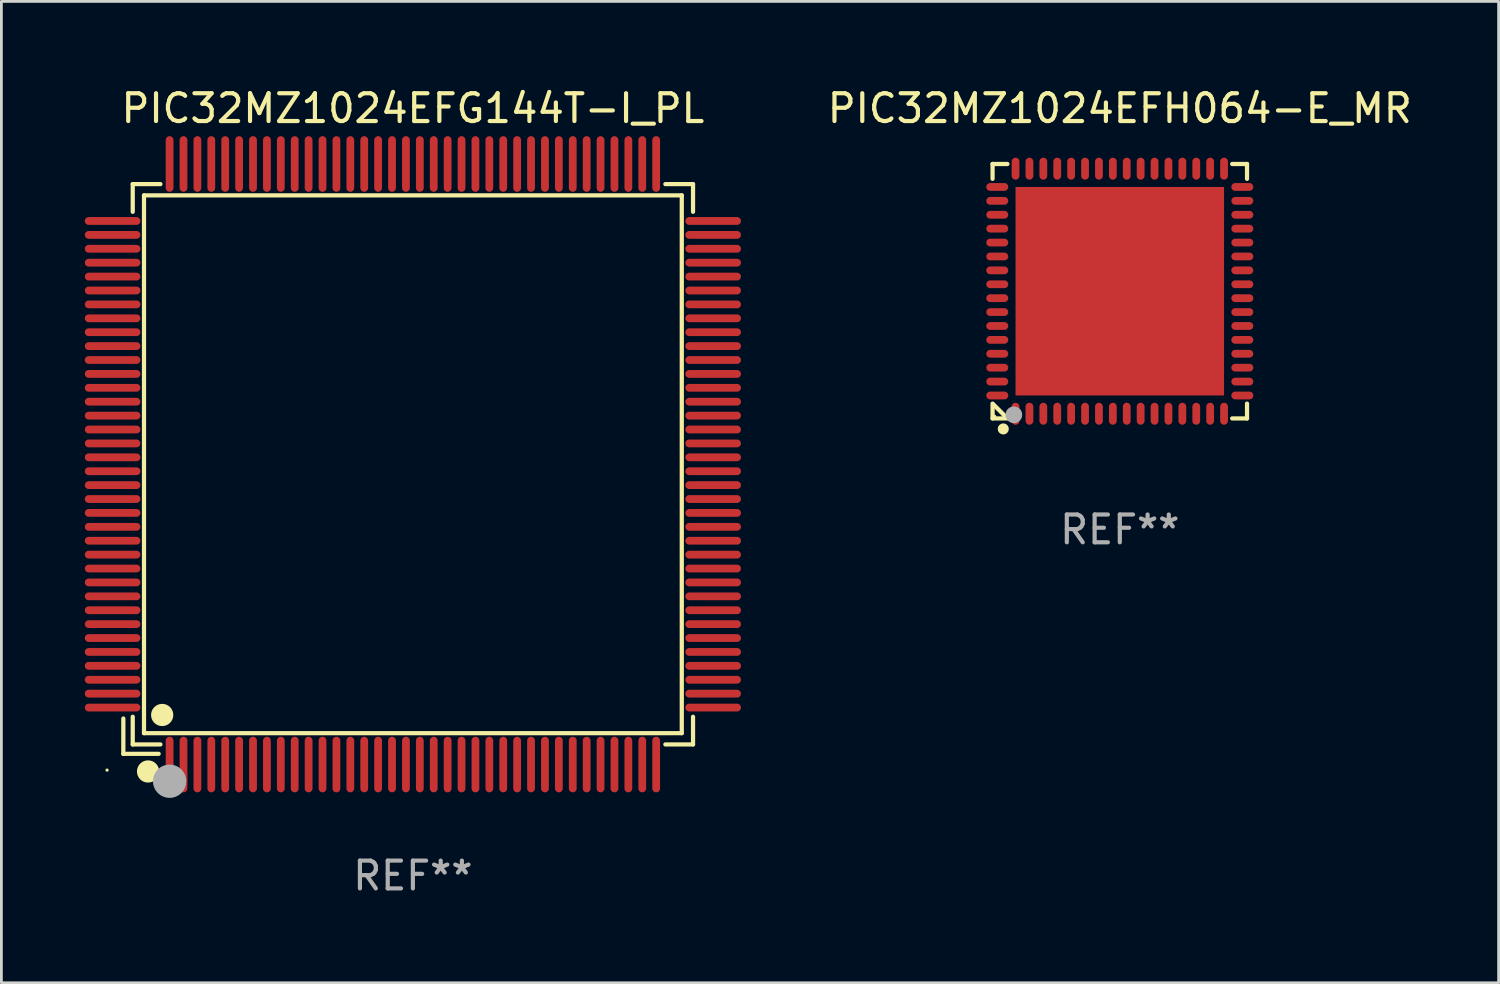
<source format=kicad_pcb>
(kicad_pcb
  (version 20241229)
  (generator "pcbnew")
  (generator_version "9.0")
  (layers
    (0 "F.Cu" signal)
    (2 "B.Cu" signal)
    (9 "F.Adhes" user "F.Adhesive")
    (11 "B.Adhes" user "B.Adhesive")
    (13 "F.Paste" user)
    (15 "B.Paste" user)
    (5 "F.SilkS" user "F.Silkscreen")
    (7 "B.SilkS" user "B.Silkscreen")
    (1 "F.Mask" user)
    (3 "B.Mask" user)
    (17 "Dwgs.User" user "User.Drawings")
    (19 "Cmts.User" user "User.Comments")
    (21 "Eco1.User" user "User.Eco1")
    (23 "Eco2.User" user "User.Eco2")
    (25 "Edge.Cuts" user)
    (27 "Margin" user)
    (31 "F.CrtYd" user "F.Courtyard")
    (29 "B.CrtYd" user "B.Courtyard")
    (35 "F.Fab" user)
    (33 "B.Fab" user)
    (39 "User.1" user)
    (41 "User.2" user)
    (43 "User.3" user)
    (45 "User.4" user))
  (footprint "PIC32MZ1024EFG144T-I_PL"
    (layer "F.Cu")
    (at 11.8 13.648)
    (property "Reference" "PIC32MZ1024EFG144T-I_PL" (at 0 -12.8 0) (layer "F.SilkS") (effects (font (size 1 1) (thickness 0.15))))
    (attr through_hole)
    (fp_line (start -10.414 9.144) (end -10.414 10.414) (stroke (width 0.152) (type solid)) (layer "F.SilkS"))
    (fp_line (start -10.414 10.414) (end -9.144 10.414) (stroke (width 0.152) (type solid)) (layer "F.SilkS"))
    (fp_line (start -10.076 -10.076) (end -9.08 -10.076) (stroke (width 0.152) (type solid)) (layer "F.SilkS"))
    (fp_line (start -10.076 -9.08) (end -10.076 -10.076) (stroke (width 0.152) (type solid)) (layer "F.SilkS"))
    (fp_line (start -10.076 9.081) (end -10.076 10.076) (stroke (width 0.152) (type solid)) (layer "F.SilkS"))
    (fp_line (start -10.076 10.076) (end -9.08 10.076) (stroke (width 0.152) (type solid)) (layer "F.SilkS"))
    (fp_line (start -9.671 -9.671) (end 9.671 -9.671) (stroke (width 0.152) (type solid)) (layer "F.SilkS"))
    (fp_line (start -9.671 9.671) (end -9.671 -9.671) (stroke (width 0.152) (type solid)) (layer "F.SilkS"))
    (fp_line (start 9.671 -9.671) (end 9.671 9.671) (stroke (width 0.152) (type solid)) (layer "F.SilkS"))
    (fp_line (start 9.671 9.671) (end -9.671 9.671) (stroke (width 0.152) (type solid)) (layer "F.SilkS"))
    (fp_line (start 10.076 -10.076) (end 9.081 -10.076) (stroke (width 0.152) (type solid)) (layer "F.SilkS"))
    (fp_line (start 10.076 -9.08) (end 10.076 -10.076) (stroke (width 0.152) (type solid)) (layer "F.SilkS"))
    (fp_line (start 10.076 9.081) (end 10.076 10.076) (stroke (width 0.152) (type solid)) (layer "F.SilkS"))
    (fp_line (start 10.076 10.076) (end 9.081 10.076) (stroke (width 0.152) (type solid)) (layer "F.SilkS"))
    (fp_circle (center -11 11) (end -10.97 11) (stroke (width 0.06) (type solid)) (fill no) (layer "F.SilkS"))
    (fp_circle (center -9.525 11.049) (end -9.325 11.049) (stroke (width 0.4) (type solid)) (fill no) (layer "F.SilkS"))
    (fp_circle (center -9.017 9.017) (end -8.817 9.017) (stroke (width 0.4) (type solid)) (fill no) (layer "F.SilkS"))
    (fp_circle (center -8.75 11.4) (end -8.45 11.4) (stroke (width 0.6) (type solid)) (fill no) (layer "F.Fab"))
    (fp_text user "REF**" (at 0 14.8 0) (layer "F.Fab") (effects (font (size 1 1) (thickness 0.15))))
    (pad "1" smd oval (at -8.75 10.8) (size 0.28 2) (layers "F.Cu" "F.Mask" "F.Paste"))
    (pad "2" smd oval (at -8.25 10.8) (size 0.28 2) (layers "F.Cu" "F.Mask" "F.Paste"))
    (pad "3" smd oval (at -7.75 10.8) (size 0.28 2) (layers "F.Cu" "F.Mask" "F.Paste"))
    (pad "4" smd oval (at -7.25 10.8) (size 0.28 2) (layers "F.Cu" "F.Mask" "F.Paste"))
    (pad "5" smd oval (at -6.75 10.8) (size 0.28 2) (layers "F.Cu" "F.Mask" "F.Paste"))
    (pad "6" smd oval (at -6.25 10.8) (size 0.28 2) (layers "F.Cu" "F.Mask" "F.Paste"))
    (pad "7" smd oval (at -5.75 10.8) (size 0.28 2) (layers "F.Cu" "F.Mask" "F.Paste"))
    (pad "8" smd oval (at -5.25 10.8) (size 0.28 2) (layers "F.Cu" "F.Mask" "F.Paste"))
    (pad "9" smd oval (at -4.75 10.8) (size 0.28 2) (layers "F.Cu" "F.Mask" "F.Paste"))
    (pad "10" smd oval (at -4.25 10.8) (size 0.28 2) (layers "F.Cu" "F.Mask" "F.Paste"))
    (pad "11" smd oval (at -3.75 10.8) (size 0.28 2) (layers "F.Cu" "F.Mask" "F.Paste"))
    (pad "12" smd oval (at -3.25 10.8) (size 0.28 2) (layers "F.Cu" "F.Mask" "F.Paste"))
    (pad "13" smd oval (at -2.75 10.8) (size 0.28 2) (layers "F.Cu" "F.Mask" "F.Paste"))
    (pad "14" smd oval (at -2.25 10.8) (size 0.28 2) (layers "F.Cu" "F.Mask" "F.Paste"))
    (pad "15" smd oval (at -1.75 10.8) (size 0.28 2) (layers "F.Cu" "F.Mask" "F.Paste"))
    (pad "16" smd oval (at -1.25 10.8) (size 0.28 2) (layers "F.Cu" "F.Mask" "F.Paste"))
    (pad "17" smd oval (at -0.75 10.8) (size 0.28 2) (layers "F.Cu" "F.Mask" "F.Paste"))
    (pad "18" smd oval (at -0.25 10.8) (size 0.28 2) (layers "F.Cu" "F.Mask" "F.Paste"))
    (pad "19" smd oval (at 0.25 10.8) (size 0.28 2) (layers "F.Cu" "F.Mask" "F.Paste"))
    (pad "20" smd oval (at 0.75 10.8) (size 0.28 2) (layers "F.Cu" "F.Mask" "F.Paste"))
    (pad "21" smd oval (at 1.25 10.8) (size 0.28 2) (layers "F.Cu" "F.Mask" "F.Paste"))
    (pad "22" smd oval (at 1.75 10.8) (size 0.28 2) (layers "F.Cu" "F.Mask" "F.Paste"))
    (pad "23" smd oval (at 2.25 10.8) (size 0.28 2) (layers "F.Cu" "F.Mask" "F.Paste"))
    (pad "24" smd oval (at 2.75 10.8) (size 0.28 2) (layers "F.Cu" "F.Mask" "F.Paste"))
    (pad "25" smd oval (at 3.25 10.8) (size 0.28 2) (layers "F.Cu" "F.Mask" "F.Paste"))
    (pad "26" smd oval (at 3.75 10.8) (size 0.28 2) (layers "F.Cu" "F.Mask" "F.Paste"))
    (pad "27" smd oval (at 4.25 10.8) (size 0.28 2) (layers "F.Cu" "F.Mask" "F.Paste"))
    (pad "28" smd oval (at 4.75 10.8) (size 0.28 2) (layers "F.Cu" "F.Mask" "F.Paste"))
    (pad "29" smd oval (at 5.25 10.8) (size 0.28 2) (layers "F.Cu" "F.Mask" "F.Paste"))
    (pad "30" smd oval (at 5.75 10.8) (size 0.28 2) (layers "F.Cu" "F.Mask" "F.Paste"))
    (pad "31" smd oval (at 6.25 10.8) (size 0.28 2) (layers "F.Cu" "F.Mask" "F.Paste"))
    (pad "32" smd oval (at 6.75 10.8) (size 0.28 2) (layers "F.Cu" "F.Mask" "F.Paste"))
    (pad "33" smd oval (at 7.25 10.8) (size 0.28 2) (layers "F.Cu" "F.Mask" "F.Paste"))
    (pad "34" smd oval (at 7.75 10.8) (size 0.28 2) (layers "F.Cu" "F.Mask" "F.Paste"))
    (pad "35" smd oval (at 8.25 10.8) (size 0.28 2) (layers "F.Cu" "F.Mask" "F.Paste"))
    (pad "36" smd oval (at 8.75 10.8) (size 0.28 2) (layers "F.Cu" "F.Mask" "F.Paste"))
    (pad "37" smd oval (at 10.8 8.75) (size 2 0.28) (layers "F.Cu" "F.Mask" "F.Paste"))
    (pad "38" smd oval (at 10.8 8.25) (size 2 0.28) (layers "F.Cu" "F.Mask" "F.Paste"))
    (pad "39" smd oval (at 10.8 7.75) (size 2 0.28) (layers "F.Cu" "F.Mask" "F.Paste"))
    (pad "40" smd oval (at 10.8 7.25) (size 2 0.28) (layers "F.Cu" "F.Mask" "F.Paste"))
    (pad "41" smd oval (at 10.8 6.75) (size 2 0.28) (layers "F.Cu" "F.Mask" "F.Paste"))
    (pad "42" smd oval (at 10.8 6.25) (size 2 0.28) (layers "F.Cu" "F.Mask" "F.Paste"))
    (pad "43" smd oval (at 10.8 5.75) (size 2 0.28) (layers "F.Cu" "F.Mask" "F.Paste"))
    (pad "44" smd oval (at 10.8 5.25) (size 2 0.28) (layers "F.Cu" "F.Mask" "F.Paste"))
    (pad "45" smd oval (at 10.8 4.75) (size 2 0.28) (layers "F.Cu" "F.Mask" "F.Paste"))
    (pad "46" smd oval (at 10.8 4.25) (size 2 0.28) (layers "F.Cu" "F.Mask" "F.Paste"))
    (pad "47" smd oval (at 10.8 3.75) (size 2 0.28) (layers "F.Cu" "F.Mask" "F.Paste"))
    (pad "48" smd oval (at 10.8 3.25) (size 2 0.28) (layers "F.Cu" "F.Mask" "F.Paste"))
    (pad "49" smd oval (at 10.8 2.75) (size 2 0.28) (layers "F.Cu" "F.Mask" "F.Paste"))
    (pad "50" smd oval (at 10.8 2.25) (size 2 0.28) (layers "F.Cu" "F.Mask" "F.Paste"))
    (pad "51" smd oval (at 10.8 1.75) (size 2 0.28) (layers "F.Cu" "F.Mask" "F.Paste"))
    (pad "52" smd oval (at 10.8 1.25) (size 2 0.28) (layers "F.Cu" "F.Mask" "F.Paste"))
    (pad "53" smd oval (at 10.8 0.75) (size 2 0.28) (layers "F.Cu" "F.Mask" "F.Paste"))
    (pad "54" smd oval (at 10.8 0.25) (size 2 0.28) (layers "F.Cu" "F.Mask" "F.Paste"))
    (pad "55" smd oval (at 10.8 -0.25) (size 2 0.28) (layers "F.Cu" "F.Mask" "F.Paste"))
    (pad "56" smd oval (at 10.8 -0.75) (size 2 0.28) (layers "F.Cu" "F.Mask" "F.Paste"))
    (pad "57" smd oval (at 10.8 -1.25) (size 2 0.28) (layers "F.Cu" "F.Mask" "F.Paste"))
    (pad "58" smd oval (at 10.8 -1.75) (size 2 0.28) (layers "F.Cu" "F.Mask" "F.Paste"))
    (pad "59" smd oval (at 10.8 -2.25) (size 2 0.28) (layers "F.Cu" "F.Mask" "F.Paste"))
    (pad "60" smd oval (at 10.8 -2.75) (size 2 0.28) (layers "F.Cu" "F.Mask" "F.Paste"))
    (pad "61" smd oval (at 10.8 -3.25) (size 2 0.28) (layers "F.Cu" "F.Mask" "F.Paste"))
    (pad "62" smd oval (at 10.8 -3.75) (size 2 0.28) (layers "F.Cu" "F.Mask" "F.Paste"))
    (pad "63" smd oval (at 10.8 -4.25) (size 2 0.28) (layers "F.Cu" "F.Mask" "F.Paste"))
    (pad "64" smd oval (at 10.8 -4.75) (size 2 0.28) (layers "F.Cu" "F.Mask" "F.Paste"))
    (pad "65" smd oval (at 10.8 -5.25) (size 2 0.28) (layers "F.Cu" "F.Mask" "F.Paste"))
    (pad "66" smd oval (at 10.8 -5.75) (size 2 0.28) (layers "F.Cu" "F.Mask" "F.Paste"))
    (pad "67" smd oval (at 10.8 -6.25) (size 2 0.28) (layers "F.Cu" "F.Mask" "F.Paste"))
    (pad "68" smd oval (at 10.8 -6.75) (size 2 0.28) (layers "F.Cu" "F.Mask" "F.Paste"))
    (pad "69" smd oval (at 10.8 -7.25) (size 2 0.28) (layers "F.Cu" "F.Mask" "F.Paste"))
    (pad "70" smd oval (at 10.8 -7.75) (size 2 0.28) (layers "F.Cu" "F.Mask" "F.Paste"))
    (pad "71" smd oval (at 10.8 -8.25) (size 2 0.28) (layers "F.Cu" "F.Mask" "F.Paste"))
    (pad "72" smd oval (at 10.8 -8.75) (size 2 0.28) (layers "F.Cu" "F.Mask" "F.Paste"))
    (pad "73" smd oval (at 8.75 -10.8) (size 0.28 2) (layers "F.Cu" "F.Mask" "F.Paste"))
    (pad "74" smd oval (at 8.25 -10.8) (size 0.28 2) (layers "F.Cu" "F.Mask" "F.Paste"))
    (pad "75" smd oval (at 7.75 -10.8) (size 0.28 2) (layers "F.Cu" "F.Mask" "F.Paste"))
    (pad "76" smd oval (at 7.25 -10.8) (size 0.28 2) (layers "F.Cu" "F.Mask" "F.Paste"))
    (pad "77" smd oval (at 6.75 -10.8) (size 0.28 2) (layers "F.Cu" "F.Mask" "F.Paste"))
    (pad "78" smd oval (at 6.25 -10.8) (size 0.28 2) (layers "F.Cu" "F.Mask" "F.Paste"))
    (pad "79" smd oval (at 5.75 -10.8) (size 0.28 2) (layers "F.Cu" "F.Mask" "F.Paste"))
    (pad "80" smd oval (at 5.25 -10.8) (size 0.28 2) (layers "F.Cu" "F.Mask" "F.Paste"))
    (pad "81" smd oval (at 4.75 -10.8) (size 0.28 2) (layers "F.Cu" "F.Mask" "F.Paste"))
    (pad "82" smd oval (at 4.25 -10.8) (size 0.28 2) (layers "F.Cu" "F.Mask" "F.Paste"))
    (pad "83" smd oval (at 3.75 -10.8) (size 0.28 2) (layers "F.Cu" "F.Mask" "F.Paste"))
    (pad "84" smd oval (at 3.25 -10.8) (size 0.28 2) (layers "F.Cu" "F.Mask" "F.Paste"))
    (pad "85" smd oval (at 2.75 -10.8) (size 0.28 2) (layers "F.Cu" "F.Mask" "F.Paste"))
    (pad "86" smd oval (at 2.25 -10.8) (size 0.28 2) (layers "F.Cu" "F.Mask" "F.Paste"))
    (pad "87" smd oval (at 1.75 -10.8) (size 0.28 2) (layers "F.Cu" "F.Mask" "F.Paste"))
    (pad "88" smd oval (at 1.25 -10.8) (size 0.28 2) (layers "F.Cu" "F.Mask" "F.Paste"))
    (pad "89" smd oval (at 0.75 -10.8) (size 0.28 2) (layers "F.Cu" "F.Mask" "F.Paste"))
    (pad "90" smd oval (at 0.25 -10.8) (size 0.28 2) (layers "F.Cu" "F.Mask" "F.Paste"))
    (pad "91" smd oval (at -0.25 -10.8) (size 0.28 2) (layers "F.Cu" "F.Mask" "F.Paste"))
    (pad "92" smd oval (at -0.75 -10.8) (size 0.28 2) (layers "F.Cu" "F.Mask" "F.Paste"))
    (pad "93" smd oval (at -1.25 -10.8) (size 0.28 2) (layers "F.Cu" "F.Mask" "F.Paste"))
    (pad "94" smd oval (at -1.75 -10.8) (size 0.28 2) (layers "F.Cu" "F.Mask" "F.Paste"))
    (pad "95" smd oval (at -2.25 -10.8) (size 0.28 2) (layers "F.Cu" "F.Mask" "F.Paste"))
    (pad "96" smd oval (at -2.75 -10.8) (size 0.28 2) (layers "F.Cu" "F.Mask" "F.Paste"))
    (pad "97" smd oval (at -3.25 -10.8) (size 0.28 2) (layers "F.Cu" "F.Mask" "F.Paste"))
    (pad "98" smd oval (at -3.75 -10.8) (size 0.28 2) (layers "F.Cu" "F.Mask" "F.Paste"))
    (pad "99" smd oval (at -4.25 -10.8) (size 0.28 2) (layers "F.Cu" "F.Mask" "F.Paste"))
    (pad "100" smd oval (at -4.75 -10.8) (size 0.28 2) (layers "F.Cu" "F.Mask" "F.Paste"))
    (pad "101" smd oval (at -5.25 -10.8) (size 0.28 2) (layers "F.Cu" "F.Mask" "F.Paste"))
    (pad "102" smd oval (at -5.75 -10.8) (size 0.28 2) (layers "F.Cu" "F.Mask" "F.Paste"))
    (pad "103" smd oval (at -6.25 -10.8) (size 0.28 2) (layers "F.Cu" "F.Mask" "F.Paste"))
    (pad "104" smd oval (at -6.75 -10.8) (size 0.28 2) (layers "F.Cu" "F.Mask" "F.Paste"))
    (pad "105" smd oval (at -7.25 -10.8) (size 0.28 2) (layers "F.Cu" "F.Mask" "F.Paste"))
    (pad "106" smd oval (at -7.75 -10.8) (size 0.28 2) (layers "F.Cu" "F.Mask" "F.Paste"))
    (pad "107" smd oval (at -8.25 -10.8) (size 0.28 2) (layers "F.Cu" "F.Mask" "F.Paste"))
    (pad "108" smd oval (at -8.75 -10.8) (size 0.28 2) (layers "F.Cu" "F.Mask" "F.Paste"))
    (pad "109" smd oval (at -10.8 -8.75) (size 2 0.28) (layers "F.Cu" "F.Mask" "F.Paste"))
    (pad "110" smd oval (at -10.8 -8.25) (size 2 0.28) (layers "F.Cu" "F.Mask" "F.Paste"))
    (pad "111" smd oval (at -10.8 -7.75) (size 2 0.28) (layers "F.Cu" "F.Mask" "F.Paste"))
    (pad "112" smd oval (at -10.8 -7.25) (size 2 0.28) (layers "F.Cu" "F.Mask" "F.Paste"))
    (pad "113" smd oval (at -10.8 -6.75) (size 2 0.28) (layers "F.Cu" "F.Mask" "F.Paste"))
    (pad "114" smd oval (at -10.8 -6.25) (size 2 0.28) (layers "F.Cu" "F.Mask" "F.Paste"))
    (pad "115" smd oval (at -10.8 -5.75) (size 2 0.28) (layers "F.Cu" "F.Mask" "F.Paste"))
    (pad "116" smd oval (at -10.8 -5.25) (size 2 0.28) (layers "F.Cu" "F.Mask" "F.Paste"))
    (pad "117" smd oval (at -10.8 -4.75) (size 2 0.28) (layers "F.Cu" "F.Mask" "F.Paste"))
    (pad "118" smd oval (at -10.8 -4.25) (size 2 0.28) (layers "F.Cu" "F.Mask" "F.Paste"))
    (pad "119" smd oval (at -10.8 -3.75) (size 2 0.28) (layers "F.Cu" "F.Mask" "F.Paste"))
    (pad "120" smd oval (at -10.8 -3.25) (size 2 0.28) (layers "F.Cu" "F.Mask" "F.Paste"))
    (pad "121" smd oval (at -10.8 -2.75) (size 2 0.28) (layers "F.Cu" "F.Mask" "F.Paste"))
    (pad "122" smd oval (at -10.8 -2.25) (size 2 0.28) (layers "F.Cu" "F.Mask" "F.Paste"))
    (pad "123" smd oval (at -10.8 -1.75) (size 2 0.28) (layers "F.Cu" "F.Mask" "F.Paste"))
    (pad "124" smd oval (at -10.8 -1.25) (size 2 0.28) (layers "F.Cu" "F.Mask" "F.Paste"))
    (pad "125" smd oval (at -10.8 -0.75) (size 2 0.28) (layers "F.Cu" "F.Mask" "F.Paste"))
    (pad "126" smd oval (at -10.8 -0.25) (size 2 0.28) (layers "F.Cu" "F.Mask" "F.Paste"))
    (pad "127" smd oval (at -10.8 0.25) (size 2 0.28) (layers "F.Cu" "F.Mask" "F.Paste"))
    (pad "128" smd oval (at -10.8 0.75) (size 2 0.28) (layers "F.Cu" "F.Mask" "F.Paste"))
    (pad "129" smd oval (at -10.8 1.25) (size 2 0.28) (layers "F.Cu" "F.Mask" "F.Paste"))
    (pad "130" smd oval (at -10.8 1.75) (size 2 0.28) (layers "F.Cu" "F.Mask" "F.Paste"))
    (pad "131" smd oval (at -10.8 2.25) (size 2 0.28) (layers "F.Cu" "F.Mask" "F.Paste"))
    (pad "132" smd oval (at -10.8 2.75) (size 2 0.28) (layers "F.Cu" "F.Mask" "F.Paste"))
    (pad "133" smd oval (at -10.8 3.25) (size 2 0.28) (layers "F.Cu" "F.Mask" "F.Paste"))
    (pad "134" smd oval (at -10.8 3.75) (size 2 0.28) (layers "F.Cu" "F.Mask" "F.Paste"))
    (pad "135" smd oval (at -10.8 4.25) (size 2 0.28) (layers "F.Cu" "F.Mask" "F.Paste"))
    (pad "136" smd oval (at -10.8 4.75) (size 2 0.28) (layers "F.Cu" "F.Mask" "F.Paste"))
    (pad "137" smd oval (at -10.8 5.25) (size 2 0.28) (layers "F.Cu" "F.Mask" "F.Paste"))
    (pad "138" smd oval (at -10.8 5.75) (size 2 0.28) (layers "F.Cu" "F.Mask" "F.Paste"))
    (pad "139" smd oval (at -10.8 6.25) (size 2 0.28) (layers "F.Cu" "F.Mask" "F.Paste"))
    (pad "140" smd oval (at -10.8 6.75) (size 2 0.28) (layers "F.Cu" "F.Mask" "F.Paste"))
    (pad "141" smd oval (at -10.8 7.25) (size 2 0.28) (layers "F.Cu" "F.Mask" "F.Paste"))
    (pad "142" smd oval (at -10.8 7.75) (size 2 0.28) (layers "F.Cu" "F.Mask" "F.Paste"))
    (pad "143" smd oval (at -10.8 8.25) (size 2 0.28) (layers "F.Cu" "F.Mask" "F.Paste"))
    (pad "144" smd oval (at -10.8 8.75) (size 2 0.28) (layers "F.Cu" "F.Mask" "F.Paste")))
  (footprint "PIC32MZ1024EFH064-E_MR"
    (layer "F.Cu")
    (at 37.225 7.424)
    (property "Reference" "PIC32MZ1024EFH064-E_MR" (at 0 -6.576 0) (layer "F.SilkS") (effects (font (size 1 1) (thickness 0.15))))
    (attr through_hole)
    (fp_line (start -4.576 -4.576) (end -4.576 -4.042) (stroke (width 0.152) (type solid)) (layer "F.SilkS"))
    (fp_line (start -4.576 4.576) (end -4.576 4.042) (stroke (width 0.152) (type solid)) (layer "F.SilkS"))
    (fp_line (start -4.069 4.549) (end -4.549 4.069) (stroke (width 0.152) (type solid)) (layer "F.SilkS"))
    (fp_line (start -4.042 -4.576) (end -4.576 -4.576) (stroke (width 0.152) (type solid)) (layer "F.SilkS"))
    (fp_line (start -4.042 4.576) (end -4.576 4.576) (stroke (width 0.152) (type solid)) (layer "F.SilkS"))
    (fp_line (start 4.042 -4.576) (end 4.576 -4.576) (stroke (width 0.152) (type solid)) (layer "F.SilkS"))
    (fp_line (start 4.042 4.576) (end 4.576 4.576) (stroke (width 0.152) (type solid)) (layer "F.SilkS"))
    (fp_line (start 4.576 -4.576) (end 4.576 -4.042) (stroke (width 0.152) (type solid)) (layer "F.SilkS"))
    (fp_line (start 4.576 4.576) (end 4.576 4.042) (stroke (width 0.152) (type solid)) (layer "F.SilkS"))
    (fp_circle (center -4.5 4.5) (end -4.47 4.5) (stroke (width 0.06) (type solid)) (fill no) (layer "F.SilkS"))
    (fp_circle (center -4.191 4.953) (end -4.091 4.953) (stroke (width 0.2) (type solid)) (fill no) (layer "F.SilkS"))
    (fp_circle (center -3.81 4.445) (end -3.66 4.445) (stroke (width 0.3) (type solid)) (fill no) (layer "F.Fab"))
    (fp_text user "REF**" (at 0 8.576 0) (layer "F.Fab") (effects (font (size 1 1) (thickness 0.15))))
    (pad "1" smd oval (at -3.75 4.407) (size 0.28 0.79) (layers "F.Cu" "F.Mask" "F.Paste"))
    (pad "2" smd oval (at -3.25 4.407) (size 0.28 0.79) (layers "F.Cu" "F.Mask" "F.Paste"))
    (pad "3" smd oval (at -2.75 4.407) (size 0.28 0.79) (layers "F.Cu" "F.Mask" "F.Paste"))
    (pad "4" smd oval (at -2.25 4.407) (size 0.28 0.79) (layers "F.Cu" "F.Mask" "F.Paste"))
    (pad "5" smd oval (at -1.75 4.407) (size 0.28 0.79) (layers "F.Cu" "F.Mask" "F.Paste"))
    (pad "6" smd oval (at -1.25 4.407) (size 0.28 0.79) (layers "F.Cu" "F.Mask" "F.Paste"))
    (pad "7" smd oval (at -0.75 4.407) (size 0.28 0.79) (layers "F.Cu" "F.Mask" "F.Paste"))
    (pad "8" smd oval (at -0.25 4.407) (size 0.28 0.79) (layers "F.Cu" "F.Mask" "F.Paste"))
    (pad "9" smd oval (at 0.25 4.407) (size 0.28 0.79) (layers "F.Cu" "F.Mask" "F.Paste"))
    (pad "10" smd oval (at 0.75 4.407) (size 0.28 0.79) (layers "F.Cu" "F.Mask" "F.Paste"))
    (pad "11" smd oval (at 1.25 4.407) (size 0.28 0.79) (layers "F.Cu" "F.Mask" "F.Paste"))
    (pad "12" smd oval (at 1.75 4.407) (size 0.28 0.79) (layers "F.Cu" "F.Mask" "F.Paste"))
    (pad "13" smd oval (at 2.25 4.407) (size 0.28 0.79) (layers "F.Cu" "F.Mask" "F.Paste"))
    (pad "14" smd oval (at 2.75 4.407) (size 0.28 0.79) (layers "F.Cu" "F.Mask" "F.Paste"))
    (pad "15" smd oval (at 3.25 4.407) (size 0.28 0.79) (layers "F.Cu" "F.Mask" "F.Paste"))
    (pad "16" smd oval (at 3.75 4.407) (size 0.28 0.79) (layers "F.Cu" "F.Mask" "F.Paste"))
    (pad "17" smd oval (at 4.407 3.75) (size 0.79 0.28) (layers "F.Cu" "F.Mask" "F.Paste"))
    (pad "18" smd oval (at 4.407 3.25) (size 0.79 0.28) (layers "F.Cu" "F.Mask" "F.Paste"))
    (pad "19" smd oval (at 4.407 2.75) (size 0.79 0.28) (layers "F.Cu" "F.Mask" "F.Paste"))
    (pad "20" smd oval (at 4.407 2.25) (size 0.79 0.28) (layers "F.Cu" "F.Mask" "F.Paste"))
    (pad "21" smd oval (at 4.407 1.75) (size 0.79 0.28) (layers "F.Cu" "F.Mask" "F.Paste"))
    (pad "22" smd oval (at 4.407 1.25) (size 0.79 0.28) (layers "F.Cu" "F.Mask" "F.Paste"))
    (pad "23" smd oval (at 4.407 0.75) (size 0.79 0.28) (layers "F.Cu" "F.Mask" "F.Paste"))
    (pad "24" smd oval (at 4.407 0.25) (size 0.79 0.28) (layers "F.Cu" "F.Mask" "F.Paste"))
    (pad "25" smd oval (at 4.407 -0.25) (size 0.79 0.28) (layers "F.Cu" "F.Mask" "F.Paste"))
    (pad "26" smd oval (at 4.407 -0.75) (size 0.79 0.28) (layers "F.Cu" "F.Mask" "F.Paste"))
    (pad "27" smd oval (at 4.407 -1.25) (size 0.79 0.28) (layers "F.Cu" "F.Mask" "F.Paste"))
    (pad "28" smd oval (at 4.407 -1.75) (size 0.79 0.28) (layers "F.Cu" "F.Mask" "F.Paste"))
    (pad "29" smd oval (at 4.407 -2.25) (size 0.79 0.28) (layers "F.Cu" "F.Mask" "F.Paste"))
    (pad "30" smd oval (at 4.407 -2.75) (size 0.79 0.28) (layers "F.Cu" "F.Mask" "F.Paste"))
    (pad "31" smd oval (at 4.407 -3.25) (size 0.79 0.28) (layers "F.Cu" "F.Mask" "F.Paste"))
    (pad "32" smd oval (at 4.407 -3.75) (size 0.79 0.28) (layers "F.Cu" "F.Mask" "F.Paste"))
    (pad "33" smd oval (at 3.75 -4.407) (size 0.28 0.79) (layers "F.Cu" "F.Mask" "F.Paste"))
    (pad "34" smd oval (at 3.25 -4.407) (size 0.28 0.79) (layers "F.Cu" "F.Mask" "F.Paste"))
    (pad "35" smd oval (at 2.75 -4.407) (size 0.28 0.79) (layers "F.Cu" "F.Mask" "F.Paste"))
    (pad "36" smd oval (at 2.25 -4.407) (size 0.28 0.79) (layers "F.Cu" "F.Mask" "F.Paste"))
    (pad "37" smd oval (at 1.75 -4.407) (size 0.28 0.79) (layers "F.Cu" "F.Mask" "F.Paste"))
    (pad "38" smd oval (at 1.25 -4.407) (size 0.28 0.79) (layers "F.Cu" "F.Mask" "F.Paste"))
    (pad "39" smd oval (at 0.75 -4.407) (size 0.28 0.79) (layers "F.Cu" "F.Mask" "F.Paste"))
    (pad "40" smd oval (at 0.25 -4.407) (size 0.28 0.79) (layers "F.Cu" "F.Mask" "F.Paste"))
    (pad "41" smd oval (at -0.25 -4.407) (size 0.28 0.79) (layers "F.Cu" "F.Mask" "F.Paste"))
    (pad "42" smd oval (at -0.75 -4.407) (size 0.28 0.79) (layers "F.Cu" "F.Mask" "F.Paste"))
    (pad "43" smd oval (at -1.25 -4.407) (size 0.28 0.79) (layers "F.Cu" "F.Mask" "F.Paste"))
    (pad "44" smd oval (at -1.75 -4.407) (size 0.28 0.79) (layers "F.Cu" "F.Mask" "F.Paste"))
    (pad "45" smd oval (at -2.25 -4.407) (size 0.28 0.79) (layers "F.Cu" "F.Mask" "F.Paste"))
    (pad "46" smd oval (at -2.75 -4.407) (size 0.28 0.79) (layers "F.Cu" "F.Mask" "F.Paste"))
    (pad "47" smd oval (at -3.25 -4.407) (size 0.28 0.79) (layers "F.Cu" "F.Mask" "F.Paste"))
    (pad "48" smd oval (at -3.75 -4.407) (size 0.28 0.79) (layers "F.Cu" "F.Mask" "F.Paste"))
    (pad "49" smd oval (at -4.407 -3.75) (size 0.79 0.28) (layers "F.Cu" "F.Mask" "F.Paste"))
    (pad "50" smd oval (at -4.407 -3.25) (size 0.79 0.28) (layers "F.Cu" "F.Mask" "F.Paste"))
    (pad "51" smd oval (at -4.407 -2.75) (size 0.79 0.28) (layers "F.Cu" "F.Mask" "F.Paste"))
    (pad "52" smd oval (at -4.407 -2.25) (size 0.79 0.28) (layers "F.Cu" "F.Mask" "F.Paste"))
    (pad "53" smd oval (at -4.407 -1.75) (size 0.79 0.28) (layers "F.Cu" "F.Mask" "F.Paste"))
    (pad "54" smd oval (at -4.407 -1.25) (size 0.79 0.28) (layers "F.Cu" "F.Mask" "F.Paste"))
    (pad "55" smd oval (at -4.407 -0.75) (size 0.79 0.28) (layers "F.Cu" "F.Mask" "F.Paste"))
    (pad "56" smd oval (at -4.407 -0.25) (size 0.79 0.28) (layers "F.Cu" "F.Mask" "F.Paste"))
    (pad "57" smd oval (at -4.407 0.25) (size 0.79 0.28) (layers "F.Cu" "F.Mask" "F.Paste"))
    (pad "58" smd oval (at -4.407 0.75) (size 0.79 0.28) (layers "F.Cu" "F.Mask" "F.Paste"))
    (pad "59" smd oval (at -4.407 1.25) (size 0.79 0.28) (layers "F.Cu" "F.Mask" "F.Paste"))
    (pad "60" smd oval (at -4.407 1.75) (size 0.79 0.28) (layers "F.Cu" "F.Mask" "F.Paste"))
    (pad "61" smd oval (at -4.407 2.25) (size 0.79 0.28) (layers "F.Cu" "F.Mask" "F.Paste"))
    (pad "62" smd oval (at -4.407 2.75) (size 0.79 0.28) (layers "F.Cu" "F.Mask" "F.Paste"))
    (pad "63" smd oval (at -4.407 3.25) (size 0.79 0.28) (layers "F.Cu" "F.Mask" "F.Paste"))
    (pad "64" smd oval (at -4.407 3.75) (size 0.79 0.28) (layers "F.Cu" "F.Mask" "F.Paste"))
    (pad "65" smd rect (at 0 0) (size 7.5 7.5) (layers "F.Cu" "F.Mask" "F.Paste")))
  (gr_rect
    (start -3 -3)
    (end 50.85 32.297)
    (stroke (width 0.1) (type default))
    (fill no)
    (layer "Edge.Cuts")))
</source>
